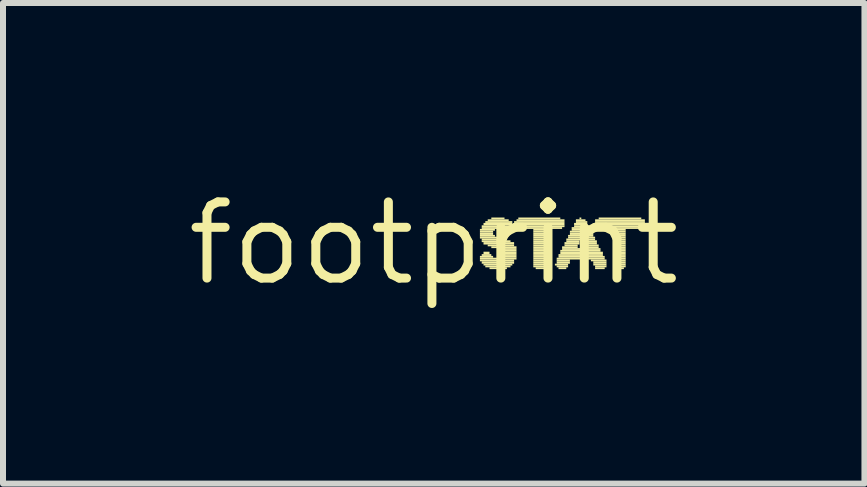
<source format=kicad_pcb>
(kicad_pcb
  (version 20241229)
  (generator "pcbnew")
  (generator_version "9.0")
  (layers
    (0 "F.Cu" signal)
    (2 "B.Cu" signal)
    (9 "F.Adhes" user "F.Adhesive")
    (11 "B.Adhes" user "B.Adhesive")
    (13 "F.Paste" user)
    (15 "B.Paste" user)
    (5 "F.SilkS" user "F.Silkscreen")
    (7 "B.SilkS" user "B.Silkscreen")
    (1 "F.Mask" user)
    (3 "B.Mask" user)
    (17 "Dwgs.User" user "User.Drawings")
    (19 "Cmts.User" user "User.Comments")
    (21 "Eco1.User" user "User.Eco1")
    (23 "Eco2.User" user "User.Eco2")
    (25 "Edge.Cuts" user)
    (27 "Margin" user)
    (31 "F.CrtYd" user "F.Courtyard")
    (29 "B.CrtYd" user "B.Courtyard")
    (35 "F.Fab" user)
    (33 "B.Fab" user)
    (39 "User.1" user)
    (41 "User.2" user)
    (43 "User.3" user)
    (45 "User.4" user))
  (footprint "footprint"
    (layer "F.Cu")
    (at 4.18 1.006)
    (property "Reference" "footprint" (at 0 0 0) (layer "F.SilkS") (effects (font (size 1.27 1.27) (thickness 0.15))))
    (fp_poly (pts (xy 0.77 -0.21) (xy 1.02 -0.21) (xy 1.02 -0.24) (xy 0.77 -0.24)) (stroke (width 0) (type solid)) (fill yes) (layer "F.SilkS"))
    (fp_poly (pts (xy 0.77 -0.18) (xy 0.99 -0.18) (xy 0.99 -0.21) (xy 0.77 -0.21)) (stroke (width 0) (type solid)) (fill yes) (layer "F.SilkS"))
    (fp_poly (pts (xy 0.77 -0.14) (xy 0.99 -0.14) (xy 0.99 -0.18) (xy 0.77 -0.18)) (stroke (width 0) (type solid)) (fill yes) (layer "F.SilkS"))
    (fp_poly (pts (xy 0.77 -0.11) (xy 1.02 -0.11) (xy 1.02 -0.14) (xy 0.77 -0.14)) (stroke (width 0) (type solid)) (fill yes) (layer "F.SilkS"))
    (fp_poly (pts (xy 0.77 -0.08) (xy 1.09 -0.08) (xy 1.09 -0.11) (xy 0.77 -0.11)) (stroke (width 0) (type solid)) (fill yes) (layer "F.SilkS"))
    (fp_poly (pts (xy 0.77 0.24) (xy 0.99 0.24) (xy 0.99 0.21) (xy 0.77 0.21)) (stroke (width 0) (type solid)) (fill yes) (layer "F.SilkS"))
    (fp_poly (pts (xy 0.77 0.27) (xy 1.38 0.27) (xy 1.38 0.24) (xy 0.77 0.24)) (stroke (width 0) (type solid)) (fill yes) (layer "F.SilkS"))
    (fp_poly (pts (xy 0.77 0.3) (xy 1.34 0.3) (xy 1.34 0.27) (xy 0.77 0.27)) (stroke (width 0) (type solid)) (fill yes) (layer "F.SilkS"))
    (fp_poly (pts (xy 0.8 -0.27) (xy 1.34 -0.27) (xy 1.34 -0.3) (xy 0.8 -0.3)) (stroke (width 0) (type solid)) (fill yes) (layer "F.SilkS"))
    (fp_poly (pts (xy 0.8 -0.24) (xy 1.31 -0.24) (xy 1.31 -0.27) (xy 0.8 -0.27)) (stroke (width 0) (type solid)) (fill yes) (layer "F.SilkS"))
    (fp_poly (pts (xy 0.8 -0.05) (xy 1.22 -0.05) (xy 1.22 -0.08) (xy 0.8 -0.08)) (stroke (width 0) (type solid)) (fill yes) (layer "F.SilkS"))
    (fp_poly (pts (xy 0.8 -0.02) (xy 1.28 -0.02) (xy 1.28 -0.05) (xy 0.8 -0.05)) (stroke (width 0) (type solid)) (fill yes) (layer "F.SilkS"))
    (fp_poly (pts (xy 0.8 0.21) (xy 0.96 0.21) (xy 0.96 0.18) (xy 0.8 0.18)) (stroke (width 0) (type solid)) (fill yes) (layer "F.SilkS"))
    (fp_poly (pts (xy 0.8 0.34) (xy 1.34 0.34) (xy 1.34 0.3) (xy 0.8 0.3)) (stroke (width 0) (type solid)) (fill yes) (layer "F.SilkS"))
    (fp_poly (pts (xy 0.83 -0.3) (xy 1.31 -0.3) (xy 1.31 -0.34) (xy 0.83 -0.34)) (stroke (width 0) (type solid)) (fill yes) (layer "F.SilkS"))
    (fp_poly (pts (xy 0.83 0.02) (xy 1.34 0.02) (xy 1.34 -0.02) (xy 0.83 -0.02)) (stroke (width 0) (type solid)) (fill yes) (layer "F.SilkS"))
    (fp_poly (pts (xy 0.83 0.18) (xy 0.93 0.18) (xy 0.93 0.14) (xy 0.83 0.14)) (stroke (width 0) (type solid)) (fill yes) (layer "F.SilkS"))
    (fp_poly (pts (xy 0.83 0.37) (xy 1.31 0.37) (xy 1.31 0.34) (xy 0.83 0.34)) (stroke (width 0) (type solid)) (fill yes) (layer "F.SilkS"))
    (fp_poly (pts (xy 0.86 -0.34) (xy 1.31 -0.34) (xy 1.31 -0.37) (xy 0.86 -0.37)) (stroke (width 0) (type solid)) (fill yes) (layer "F.SilkS"))
    (fp_poly (pts (xy 0.86 0.4) (xy 1.28 0.4) (xy 1.28 0.37) (xy 0.86 0.37)) (stroke (width 0) (type solid)) (fill yes) (layer "F.SilkS"))
    (fp_poly (pts (xy 0.9 -0.37) (xy 1.25 -0.37) (xy 1.25 -0.4) (xy 0.9 -0.4)) (stroke (width 0) (type solid)) (fill yes) (layer "F.SilkS"))
    (fp_poly (pts (xy 0.9 0.05) (xy 1.34 0.05) (xy 1.34 0.02) (xy 0.9 0.02)) (stroke (width 0) (type solid)) (fill yes) (layer "F.SilkS"))
    (fp_poly (pts (xy 0.93 0.43) (xy 1.22 0.43) (xy 1.22 0.4) (xy 0.93 0.4)) (stroke (width 0) (type solid)) (fill yes) (layer "F.SilkS"))
    (fp_poly (pts (xy 0.96 -0.4) (xy 1.18 -0.4) (xy 1.18 -0.43) (xy 0.96 -0.43)) (stroke (width 0) (type solid)) (fill yes) (layer "F.SilkS"))
    (fp_poly (pts (xy 0.96 0.08) (xy 1.38 0.08) (xy 1.38 0.05) (xy 0.96 0.05)) (stroke (width 0) (type solid)) (fill yes) (layer "F.SilkS"))
    (fp_poly (pts (xy 1.06 0.11) (xy 1.38 0.11) (xy 1.38 0.08) (xy 1.06 0.08)) (stroke (width 0) (type solid)) (fill yes) (layer "F.SilkS"))
    (fp_poly (pts (xy 1.06 0.46) (xy 1.09 0.46) (xy 1.09 0.43) (xy 1.06 0.43)) (stroke (width 0) (type solid)) (fill yes) (layer "F.SilkS"))
    (fp_poly (pts (xy 1.12 -0.21) (xy 1.31 -0.21) (xy 1.31 -0.24) (xy 1.12 -0.24)) (stroke (width 0) (type solid)) (fill yes) (layer "F.SilkS"))
    (fp_poly (pts (xy 1.15 -0.18) (xy 1.28 -0.18) (xy 1.28 -0.21) (xy 1.15 -0.21)) (stroke (width 0) (type solid)) (fill yes) (layer "F.SilkS"))
    (fp_poly (pts (xy 1.15 0.14) (xy 1.38 0.14) (xy 1.38 0.11) (xy 1.15 0.11)) (stroke (width 0) (type solid)) (fill yes) (layer "F.SilkS"))
    (fp_poly (pts (xy 1.15 0.18) (xy 1.38 0.18) (xy 1.38 0.14) (xy 1.15 0.14)) (stroke (width 0) (type solid)) (fill yes) (layer "F.SilkS"))
    (fp_poly (pts (xy 1.15 0.21) (xy 1.38 0.21) (xy 1.38 0.18) (xy 1.15 0.18)) (stroke (width 0) (type solid)) (fill yes) (layer "F.SilkS"))
    (fp_poly (pts (xy 1.15 0.24) (xy 1.38 0.24) (xy 1.38 0.21) (xy 1.15 0.21)) (stroke (width 0) (type solid)) (fill yes) (layer "F.SilkS"))
    (fp_poly (pts (xy 1.34 -0.34) (xy 2.18 -0.34) (xy 2.18 -0.37) (xy 1.34 -0.37)) (stroke (width 0) (type solid)) (fill yes) (layer "F.SilkS"))
    (fp_poly (pts (xy 1.34 -0.3) (xy 2.18 -0.3) (xy 2.18 -0.34) (xy 1.34 -0.34)) (stroke (width 0) (type solid)) (fill yes) (layer "F.SilkS"))
    (fp_poly (pts (xy 1.38 -0.37) (xy 2.18 -0.37) (xy 2.18 -0.4) (xy 1.38 -0.4)) (stroke (width 0) (type solid)) (fill yes) (layer "F.SilkS"))
    (fp_poly (pts (xy 1.38 -0.27) (xy 2.18 -0.27) (xy 2.18 -0.3) (xy 1.38 -0.3)) (stroke (width 0) (type solid)) (fill yes) (layer "F.SilkS"))
    (fp_poly (pts (xy 1.38 -0.24) (xy 2.14 -0.24) (xy 2.14 -0.27) (xy 1.38 -0.27)) (stroke (width 0) (type solid)) (fill yes) (layer "F.SilkS"))
    (fp_poly (pts (xy 1.41 -0.4) (xy 2.11 -0.4) (xy 2.11 -0.43) (xy 1.41 -0.43)) (stroke (width 0) (type solid)) (fill yes) (layer "F.SilkS"))
    (fp_poly (pts (xy 1.66 -0.21) (xy 1.89 -0.21) (xy 1.89 -0.24) (xy 1.66 -0.24)) (stroke (width 0) (type solid)) (fill yes) (layer "F.SilkS"))
    (fp_poly (pts (xy 1.66 -0.18) (xy 1.89 -0.18) (xy 1.89 -0.21) (xy 1.66 -0.21)) (stroke (width 0) (type solid)) (fill yes) (layer "F.SilkS"))
    (fp_poly (pts (xy 1.66 -0.14) (xy 1.89 -0.14) (xy 1.89 -0.18) (xy 1.66 -0.18)) (stroke (width 0) (type solid)) (fill yes) (layer "F.SilkS"))
    (fp_poly (pts (xy 1.66 -0.11) (xy 1.89 -0.11) (xy 1.89 -0.14) (xy 1.66 -0.14)) (stroke (width 0) (type solid)) (fill yes) (layer "F.SilkS"))
    (fp_poly (pts (xy 1.66 -0.08) (xy 1.89 -0.08) (xy 1.89 -0.11) (xy 1.66 -0.11)) (stroke (width 0) (type solid)) (fill yes) (layer "F.SilkS"))
    (fp_poly (pts (xy 1.66 -0.05) (xy 1.89 -0.05) (xy 1.89 -0.08) (xy 1.66 -0.08)) (stroke (width 0) (type solid)) (fill yes) (layer "F.SilkS"))
    (fp_poly (pts (xy 1.66 -0.02) (xy 1.89 -0.02) (xy 1.89 -0.05) (xy 1.66 -0.05)) (stroke (width 0) (type solid)) (fill yes) (layer "F.SilkS"))
    (fp_poly (pts (xy 1.66 0.02) (xy 1.89 0.02) (xy 1.89 -0.02) (xy 1.66 -0.02)) (stroke (width 0) (type solid)) (fill yes) (layer "F.SilkS"))
    (fp_poly (pts (xy 1.66 0.05) (xy 1.89 0.05) (xy 1.89 0.02) (xy 1.66 0.02)) (stroke (width 0) (type solid)) (fill yes) (layer "F.SilkS"))
    (fp_poly (pts (xy 1.66 0.08) (xy 1.89 0.08) (xy 1.89 0.05) (xy 1.66 0.05)) (stroke (width 0) (type solid)) (fill yes) (layer "F.SilkS"))
    (fp_poly (pts (xy 1.66 0.11) (xy 1.89 0.11) (xy 1.89 0.08) (xy 1.66 0.08)) (stroke (width 0) (type solid)) (fill yes) (layer "F.SilkS"))
    (fp_poly (pts (xy 1.66 0.14) (xy 1.89 0.14) (xy 1.89 0.11) (xy 1.66 0.11)) (stroke (width 0) (type solid)) (fill yes) (layer "F.SilkS"))
    (fp_poly (pts (xy 1.66 0.18) (xy 1.89 0.18) (xy 1.89 0.14) (xy 1.66 0.14)) (stroke (width 0) (type solid)) (fill yes) (layer "F.SilkS"))
    (fp_poly (pts (xy 1.66 0.21) (xy 1.89 0.21) (xy 1.89 0.18) (xy 1.66 0.18)) (stroke (width 0) (type solid)) (fill yes) (layer "F.SilkS"))
    (fp_poly (pts (xy 1.66 0.24) (xy 1.89 0.24) (xy 1.89 0.21) (xy 1.66 0.21)) (stroke (width 0) (type solid)) (fill yes) (layer "F.SilkS"))
    (fp_poly (pts (xy 1.66 0.27) (xy 1.89 0.27) (xy 1.89 0.24) (xy 1.66 0.24)) (stroke (width 0) (type solid)) (fill yes) (layer "F.SilkS"))
    (fp_poly (pts (xy 1.66 0.3) (xy 1.89 0.3) (xy 1.89 0.27) (xy 1.66 0.27)) (stroke (width 0) (type solid)) (fill yes) (layer "F.SilkS"))
    (fp_poly (pts (xy 1.66 0.34) (xy 1.89 0.34) (xy 1.89 0.3) (xy 1.66 0.3)) (stroke (width 0) (type solid)) (fill yes) (layer "F.SilkS"))
    (fp_poly (pts (xy 1.66 0.37) (xy 1.86 0.37) (xy 1.86 0.34) (xy 1.66 0.34)) (stroke (width 0) (type solid)) (fill yes) (layer "F.SilkS"))
    (fp_poly (pts (xy 1.66 0.4) (xy 1.86 0.4) (xy 1.86 0.37) (xy 1.66 0.37)) (stroke (width 0) (type solid)) (fill yes) (layer "F.SilkS"))
    (fp_poly (pts (xy 1.7 0.43) (xy 1.86 0.43) (xy 1.86 0.4) (xy 1.7 0.4)) (stroke (width 0) (type solid)) (fill yes) (layer "F.SilkS"))
    (fp_poly (pts (xy 2.02 0.37) (xy 2.24 0.37) (xy 2.24 0.34) (xy 2.02 0.34)) (stroke (width 0) (type solid)) (fill yes) (layer "F.SilkS"))
    (fp_poly (pts (xy 2.05 0.27) (xy 2.85 0.27) (xy 2.85 0.24) (xy 2.05 0.24)) (stroke (width 0) (type solid)) (fill yes) (layer "F.SilkS"))
    (fp_poly (pts (xy 2.05 0.3) (xy 2.27 0.3) (xy 2.27 0.27) (xy 2.05 0.27)) (stroke (width 0) (type solid)) (fill yes) (layer "F.SilkS"))
    (fp_poly (pts (xy 2.05 0.34) (xy 2.27 0.34) (xy 2.27 0.3) (xy 2.05 0.3)) (stroke (width 0) (type solid)) (fill yes) (layer "F.SilkS"))
    (fp_poly (pts (xy 2.05 0.4) (xy 2.24 0.4) (xy 2.24 0.37) (xy 2.05 0.37)) (stroke (width 0) (type solid)) (fill yes) (layer "F.SilkS"))
    (fp_poly (pts (xy 2.08 0.21) (xy 2.82 0.21) (xy 2.82 0.18) (xy 2.08 0.18)) (stroke (width 0) (type solid)) (fill yes) (layer "F.SilkS"))
    (fp_poly (pts (xy 2.08 0.24) (xy 2.85 0.24) (xy 2.85 0.21) (xy 2.08 0.21)) (stroke (width 0) (type solid)) (fill yes) (layer "F.SilkS"))
    (fp_poly (pts (xy 2.08 0.43) (xy 2.21 0.43) (xy 2.21 0.4) (xy 2.08 0.4)) (stroke (width 0) (type solid)) (fill yes) (layer "F.SilkS"))
    (fp_poly (pts (xy 2.11 0.14) (xy 2.78 0.14) (xy 2.78 0.11) (xy 2.11 0.11)) (stroke (width 0) (type solid)) (fill yes) (layer "F.SilkS"))
    (fp_poly (pts (xy 2.11 0.18) (xy 2.82 0.18) (xy 2.82 0.14) (xy 2.11 0.14)) (stroke (width 0) (type solid)) (fill yes) (layer "F.SilkS"))
    (fp_poly (pts (xy 2.14 0.08) (xy 2.4 0.08) (xy 2.4 0.05) (xy 2.14 0.05)) (stroke (width 0) (type solid)) (fill yes) (layer "F.SilkS"))
    (fp_poly (pts (xy 2.14 0.11) (xy 2.78 0.11) (xy 2.78 0.08) (xy 2.14 0.08)) (stroke (width 0) (type solid)) (fill yes) (layer "F.SilkS"))
    (fp_poly (pts (xy 2.18 0.02) (xy 2.43 0.02) (xy 2.43 -0.02) (xy 2.18 -0.02)) (stroke (width 0) (type solid)) (fill yes) (layer "F.SilkS"))
    (fp_poly (pts (xy 2.18 0.05) (xy 2.4 0.05) (xy 2.4 0.02) (xy 2.18 0.02)) (stroke (width 0) (type solid)) (fill yes) (layer "F.SilkS"))
    (fp_poly (pts (xy 2.21 -0.05) (xy 2.69 -0.05) (xy 2.69 -0.08) (xy 2.21 -0.08)) (stroke (width 0) (type solid)) (fill yes) (layer "F.SilkS"))
    (fp_poly (pts (xy 2.21 -0.02) (xy 2.43 -0.02) (xy 2.43 -0.05) (xy 2.21 -0.05)) (stroke (width 0) (type solid)) (fill yes) (layer "F.SilkS"))
    (fp_poly (pts (xy 2.24 -0.11) (xy 2.66 -0.11) (xy 2.66 -0.14) (xy 2.24 -0.14)) (stroke (width 0) (type solid)) (fill yes) (layer "F.SilkS"))
    (fp_poly (pts (xy 2.24 -0.08) (xy 2.69 -0.08) (xy 2.69 -0.11) (xy 2.24 -0.11)) (stroke (width 0) (type solid)) (fill yes) (layer "F.SilkS"))
    (fp_poly (pts (xy 2.27 -0.18) (xy 2.62 -0.18) (xy 2.62 -0.21) (xy 2.27 -0.21)) (stroke (width 0) (type solid)) (fill yes) (layer "F.SilkS"))
    (fp_poly (pts (xy 2.27 -0.14) (xy 2.66 -0.14) (xy 2.66 -0.18) (xy 2.27 -0.18)) (stroke (width 0) (type solid)) (fill yes) (layer "F.SilkS"))
    (fp_poly (pts (xy 2.3 -0.24) (xy 2.59 -0.24) (xy 2.59 -0.27) (xy 2.3 -0.27)) (stroke (width 0) (type solid)) (fill yes) (layer "F.SilkS"))
    (fp_poly (pts (xy 2.3 -0.21) (xy 2.62 -0.21) (xy 2.62 -0.24) (xy 2.3 -0.24)) (stroke (width 0) (type solid)) (fill yes) (layer "F.SilkS"))
    (fp_poly (pts (xy 2.34 -0.3) (xy 2.56 -0.3) (xy 2.56 -0.34) (xy 2.34 -0.34)) (stroke (width 0) (type solid)) (fill yes) (layer "F.SilkS"))
    (fp_poly (pts (xy 2.34 -0.27) (xy 2.59 -0.27) (xy 2.59 -0.3) (xy 2.34 -0.3)) (stroke (width 0) (type solid)) (fill yes) (layer "F.SilkS"))
    (fp_poly (pts (xy 2.37 -0.37) (xy 2.53 -0.37) (xy 2.53 -0.4) (xy 2.37 -0.4)) (stroke (width 0) (type solid)) (fill yes) (layer "F.SilkS"))
    (fp_poly (pts (xy 2.37 -0.34) (xy 2.56 -0.34) (xy 2.56 -0.37) (xy 2.37 -0.37)) (stroke (width 0) (type solid)) (fill yes) (layer "F.SilkS"))
    (fp_poly (pts (xy 2.43 -0.4) (xy 2.46 -0.4) (xy 2.46 -0.43) (xy 2.43 -0.43)) (stroke (width 0) (type solid)) (fill yes) (layer "F.SilkS"))
    (fp_poly (pts (xy 2.46 -0.02) (xy 2.72 -0.02) (xy 2.72 -0.05) (xy 2.46 -0.05)) (stroke (width 0) (type solid)) (fill yes) (layer "F.SilkS"))
    (fp_poly (pts (xy 2.5 0.02) (xy 2.72 0.02) (xy 2.72 -0.02) (xy 2.5 -0.02)) (stroke (width 0) (type solid)) (fill yes) (layer "F.SilkS"))
    (fp_poly (pts (xy 2.5 0.05) (xy 2.75 0.05) (xy 2.75 0.02) (xy 2.5 0.02)) (stroke (width 0) (type solid)) (fill yes) (layer "F.SilkS"))
    (fp_poly (pts (xy 2.53 0.08) (xy 2.75 0.08) (xy 2.75 0.05) (xy 2.53 0.05)) (stroke (width 0) (type solid)) (fill yes) (layer "F.SilkS"))
    (fp_poly (pts (xy 2.62 0.3) (xy 2.88 0.3) (xy 2.88 0.27) (xy 2.62 0.27)) (stroke (width 0) (type solid)) (fill yes) (layer "F.SilkS"))
    (fp_poly (pts (xy 2.66 0.34) (xy 2.88 0.34) (xy 2.88 0.3) (xy 2.66 0.3)) (stroke (width 0) (type solid)) (fill yes) (layer "F.SilkS"))
    (fp_poly (pts (xy 2.66 0.37) (xy 2.88 0.37) (xy 2.88 0.34) (xy 2.66 0.34)) (stroke (width 0) (type solid)) (fill yes) (layer "F.SilkS"))
    (fp_poly (pts (xy 2.69 -0.37) (xy 3.52 -0.37) (xy 3.52 -0.4) (xy 2.69 -0.4)) (stroke (width 0) (type solid)) (fill yes) (layer "F.SilkS"))
    (fp_poly (pts (xy 2.69 -0.34) (xy 3.52 -0.34) (xy 3.52 -0.37) (xy 2.69 -0.37)) (stroke (width 0) (type solid)) (fill yes) (layer "F.SilkS"))
    (fp_poly (pts (xy 2.69 -0.3) (xy 3.52 -0.3) (xy 3.52 -0.34) (xy 2.69 -0.34)) (stroke (width 0) (type solid)) (fill yes) (layer "F.SilkS"))
    (fp_poly (pts (xy 2.69 -0.27) (xy 3.52 -0.27) (xy 3.52 -0.3) (xy 2.69 -0.3)) (stroke (width 0) (type solid)) (fill yes) (layer "F.SilkS"))
    (fp_poly (pts (xy 2.69 0.4) (xy 2.88 0.4) (xy 2.88 0.37) (xy 2.69 0.37)) (stroke (width 0) (type solid)) (fill yes) (layer "F.SilkS"))
    (fp_poly (pts (xy 2.69 0.43) (xy 2.85 0.43) (xy 2.85 0.4) (xy 2.69 0.4)) (stroke (width 0) (type solid)) (fill yes) (layer "F.SilkS"))
    (fp_poly (pts (xy 2.72 -0.24) (xy 3.49 -0.24) (xy 3.49 -0.27) (xy 2.72 -0.27)) (stroke (width 0) (type solid)) (fill yes) (layer "F.SilkS"))
    (fp_poly (pts (xy 2.75 -0.4) (xy 3.46 -0.4) (xy 3.46 -0.43) (xy 2.75 -0.43)) (stroke (width 0) (type solid)) (fill yes) (layer "F.SilkS"))
    (fp_poly (pts (xy 3.01 -0.21) (xy 3.2 -0.21) (xy 3.2 -0.24) (xy 3.01 -0.24)) (stroke (width 0) (type solid)) (fill yes) (layer "F.SilkS"))
    (fp_poly (pts (xy 3.01 -0.18) (xy 3.2 -0.18) (xy 3.2 -0.21) (xy 3.01 -0.21)) (stroke (width 0) (type solid)) (fill yes) (layer "F.SilkS"))
    (fp_poly (pts (xy 3.01 -0.14) (xy 3.2 -0.14) (xy 3.2 -0.18) (xy 3.01 -0.18)) (stroke (width 0) (type solid)) (fill yes) (layer "F.SilkS"))
    (fp_poly (pts (xy 3.01 -0.11) (xy 3.2 -0.11) (xy 3.2 -0.14) (xy 3.01 -0.14)) (stroke (width 0) (type solid)) (fill yes) (layer "F.SilkS"))
    (fp_poly (pts (xy 3.01 -0.08) (xy 3.2 -0.08) (xy 3.2 -0.11) (xy 3.01 -0.11)) (stroke (width 0) (type solid)) (fill yes) (layer "F.SilkS"))
    (fp_poly (pts (xy 3.01 -0.05) (xy 3.2 -0.05) (xy 3.2 -0.08) (xy 3.01 -0.08)) (stroke (width 0) (type solid)) (fill yes) (layer "F.SilkS"))
    (fp_poly (pts (xy 3.01 -0.02) (xy 3.2 -0.02) (xy 3.2 -0.05) (xy 3.01 -0.05)) (stroke (width 0) (type solid)) (fill yes) (layer "F.SilkS"))
    (fp_poly (pts (xy 3.01 0.02) (xy 3.2 0.02) (xy 3.2 -0.02) (xy 3.01 -0.02)) (stroke (width 0) (type solid)) (fill yes) (layer "F.SilkS"))
    (fp_poly (pts (xy 3.01 0.05) (xy 3.2 0.05) (xy 3.2 0.02) (xy 3.01 0.02)) (stroke (width 0) (type solid)) (fill yes) (layer "F.SilkS"))
    (fp_poly (pts (xy 3.01 0.08) (xy 3.2 0.08) (xy 3.2 0.05) (xy 3.01 0.05)) (stroke (width 0) (type solid)) (fill yes) (layer "F.SilkS"))
    (fp_poly (pts (xy 3.01 0.11) (xy 3.2 0.11) (xy 3.2 0.08) (xy 3.01 0.08)) (stroke (width 0) (type solid)) (fill yes) (layer "F.SilkS"))
    (fp_poly (pts (xy 3.01 0.14) (xy 3.2 0.14) (xy 3.2 0.11) (xy 3.01 0.11)) (stroke (width 0) (type solid)) (fill yes) (layer "F.SilkS"))
    (fp_poly (pts (xy 3.01 0.18) (xy 3.2 0.18) (xy 3.2 0.14) (xy 3.01 0.14)) (stroke (width 0) (type solid)) (fill yes) (layer "F.SilkS"))
    (fp_poly (pts (xy 3.01 0.21) (xy 3.2 0.21) (xy 3.2 0.18) (xy 3.01 0.18)) (stroke (width 0) (type solid)) (fill yes) (layer "F.SilkS"))
    (fp_poly (pts (xy 3.01 0.24) (xy 3.2 0.24) (xy 3.2 0.21) (xy 3.01 0.21)) (stroke (width 0) (type solid)) (fill yes) (layer "F.SilkS"))
    (fp_poly (pts (xy 3.01 0.27) (xy 3.2 0.27) (xy 3.2 0.24) (xy 3.01 0.24)) (stroke (width 0) (type solid)) (fill yes) (layer "F.SilkS"))
    (fp_poly (pts (xy 3.01 0.3) (xy 3.2 0.3) (xy 3.2 0.27) (xy 3.01 0.27)) (stroke (width 0) (type solid)) (fill yes) (layer "F.SilkS"))
    (fp_poly (pts (xy 3.01 0.34) (xy 3.2 0.34) (xy 3.2 0.3) (xy 3.01 0.3)) (stroke (width 0) (type solid)) (fill yes) (layer "F.SilkS"))
    (fp_poly (pts (xy 3.01 0.37) (xy 3.2 0.37) (xy 3.2 0.34) (xy 3.01 0.34)) (stroke (width 0) (type solid)) (fill yes) (layer "F.SilkS"))
    (fp_poly (pts (xy 3.01 0.4) (xy 3.2 0.4) (xy 3.2 0.37) (xy 3.01 0.37)) (stroke (width 0) (type solid)) (fill yes) (layer "F.SilkS"))
    (fp_poly (pts (xy 3.04 0.43) (xy 3.17 0.43) (xy 3.17 0.4) (xy 3.04 0.4)) (stroke (width 0) (type solid)) (fill yes) (layer "F.SilkS")))
  (gr_rect
    (start -3 -3)
    (end 11.36 5.012)
    (stroke (width 0.1) (type default))
    (fill no)
    (layer "Edge.Cuts")))
</source>
